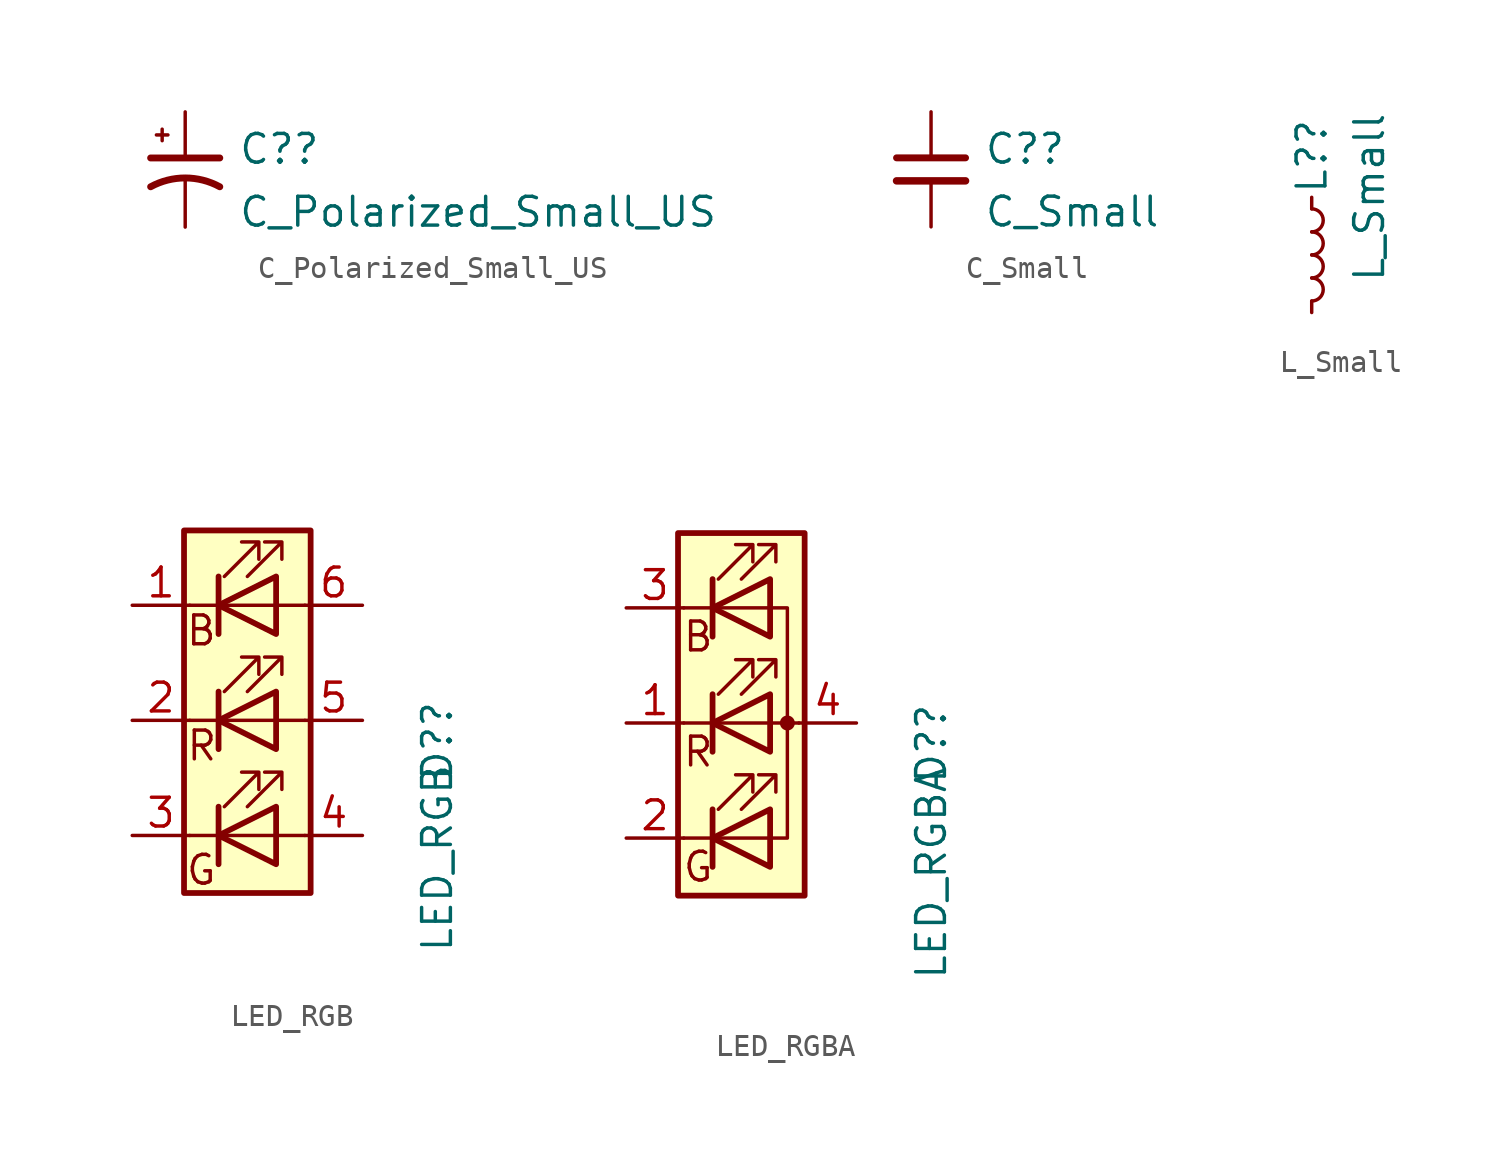
<source format=kicad_sym>
(kicad_symbol_lib
  (version 20211014)
  (generator kicad_symbol_editor)
  (symbol "C_Polarized_Small_US"
    (pin_numbers hide)
    (pin_names
      (offset 0.254) hide)
    (property "Reference" "C?"
      (at 2.324 0.902 0)
      (effects (font (size 1.27 1.27)) (justify left)))
    (property "Value" "C_Polarized_Small_US"
      (at 2.324 -1.873 0)
      (effects (font (size 1.27 1.27)) (justify left)))
    (symbol "C_Polarized_Small_US_0_1"
      (polyline (pts (xy -1.524 0.508) (xy 1.524 0.508)) (stroke (width 0.305) (type default) (color 0 0 0 0)) (fill (type none)))
      (polyline (pts (xy -1.27 1.524) (xy -0.762 1.524)) (stroke (width 0) (type default) (color 0 0 0 0)) (fill (type none)))
      (polyline (pts (xy -1.016 1.27) (xy -1.016 1.778)) (stroke (width 0) (type default) (color 0 0 0 0)) (fill (type none)))
      (arc (start 1.524 -0.762) (mid 0 -0.3734) (end -1.524 -0.762) (stroke (width 0.3048) (type default) (color 0 0 0 0)) (fill (type none))))
    (symbol "C_Polarized_Small_US_1_1"
      (pin passive line (at 0 2.54 270) (length 2.032) (name "~" (effects (font (size 1.27 1.27)))) (number "1" (effects (font (size 1.27 1.27)))))
      (pin passive line (at 0 -2.54 90) (length 2.032) (name "~" (effects (font (size 1.27 1.27)))) (number "2" (effects (font (size 1.27 1.27)))))))
  (symbol "C_Small"
    (pin_numbers hide)
    (pin_names
      (offset 0.254) hide)
    (property "Reference" "C?"
      (at 2.324 0.902 0)
      (effects (font (size 1.27 1.27)) (justify left)))
    (property "Value" "C_Small"
      (at 2.324 -1.873 0)
      (effects (font (size 1.27 1.27)) (justify left)))
    (symbol "C_Small_0_1"
      (polyline (pts (xy -1.524 -0.508) (xy 1.524 -0.508)) (stroke (width 0.33) (type default) (color 0 0 0 0)) (fill (type none)))
      (polyline (pts (xy -1.524 0.508) (xy 1.524 0.508)) (stroke (width 0.305) (type default) (color 0 0 0 0)) (fill (type none))))
    (symbol "C_Small_1_1"
      (pin passive line (at 0 2.54 270) (length 2.032) (name "~" (effects (font (size 1.27 1.27)))) (number "1" (effects (font (size 1.27 1.27)))))
      (pin passive line (at 0 -2.54 90) (length 2.032) (name "~" (effects (font (size 1.27 1.27)))) (number "2" (effects (font (size 1.27 1.27)))))))
  (symbol "L_Small"
    (pin_numbers hide)
    (pin_names
      (offset 0.254) hide)
    (property "Reference" "L?"
      (at 0 4.348 90)
      (effects (font (size 1.27 1.27))))
    (property "Value" "L_Small"
      (at 2.54 2.54 90)
      (effects (font (size 1.27 1.27))))
    (property "Digikey" ""
      (at 0 0 0)
      (effects (font (size 1.27 1.27))))
    (symbol "L_Small_0_1"
      (arc (start 0 -2.032) (mid 0.508 -1.524) (end 0 -1.016) (stroke (width 0) (type default) (color 0 0 0 0)) (fill (type none)))
      (arc (start 0 -1.016) (mid 0.508 -0.508) (end 0 0) (stroke (width 0) (type default) (color 0 0 0 0)) (fill (type none)))
      (arc (start 0 0) (mid 0.508 0.508) (end 0 1.016) (stroke (width 0) (type default) (color 0 0 0 0)) (fill (type none)))
      (arc (start 0 1.016) (mid 0.508 1.524) (end 0 2.032) (stroke (width 0) (type default) (color 0 0 0 0)) (fill (type none))))
    (symbol "L_Small_1_1"
      (pin passive line (at 0 2.54 270) (length 0.508) (name "~" (effects (font (size 1.27 1.27)))) (number "1" (effects (font (size 1.27 1.27)))))
      (pin passive line (at 0 -2.54 90) (length 0.508) (name "~" (effects (font (size 1.27 1.27)))) (number "2" (effects (font (size 1.27 1.27)))))))
  (symbol "LED_RGB"
    (pin_names
      (offset 0) hide)
    (property "Reference" "D?"
      (at 8.382 0.908 90)
      (effects (font (size 1.27 1.27)) (justify right)))
    (property "Value" "LED_RGB"
      (at 8.382 -1.867 90)
      (effects (font (size 1.27 1.27)) (justify right)))
    (symbol "LED_RGB_0_0"
      (text "B" (at -2.032 3.962 0) (effects (font (size 1.27 1.27))))
      (text "G" (at -2.032 -6.604 0) (effects (font (size 1.27 1.27))))
      (text "R" (at -2.007 -1.118 0) (effects (font (size 1.27 1.27)))))
    (symbol "LED_RGB_0_1"
      (polyline (pts (xy -1.27 -5.08) (xy -2.54 -5.08)) (stroke (width 0) (type default) (color 0 0 0 0)) (fill (type none)))
      (polyline (pts (xy -1.27 -5.08) (xy 1.27 -5.08)) (stroke (width 0) (type default) (color 0 0 0 0)) (fill (type none)))
      (polyline (pts (xy -1.27 -3.81) (xy -1.27 -6.35)) (stroke (width 0.254) (type default) (color 0 0 0 0)) (fill (type none)))
      (polyline (pts (xy -1.27 0) (xy -2.54 0)) (stroke (width 0) (type default) (color 0 0 0 0)) (fill (type none)))
      (polyline (pts (xy -1.27 1.27) (xy -1.27 -1.27)) (stroke (width 0.254) (type default) (color 0 0 0 0)) (fill (type none)))
      (polyline (pts (xy -1.27 5.08) (xy -2.54 5.08)) (stroke (width 0) (type default) (color 0 0 0 0)) (fill (type none)))
      (polyline (pts (xy -1.27 5.08) (xy 1.27 5.08)) (stroke (width 0) (type default) (color 0 0 0 0)) (fill (type none)))
      (polyline (pts (xy -1.27 6.35) (xy -1.27 3.81)) (stroke (width 0.254) (type default) (color 0 0 0 0)) (fill (type none)))
      (polyline (pts (xy 1.27 -5.08) (xy 2.54 -5.08)) (stroke (width 0) (type default) (color 0 0 0 0)) (fill (type none)))
      (polyline (pts (xy 1.27 0) (xy -1.27 0)) (stroke (width 0) (type default) (color 0 0 0 0)) (fill (type none)))
      (polyline (pts (xy 1.27 0) (xy 2.54 0)) (stroke (width 0) (type default) (color 0 0 0 0)) (fill (type none)))
      (polyline (pts (xy 1.27 5.08) (xy 2.54 5.08)) (stroke (width 0) (type default) (color 0 0 0 0)) (fill (type none)))
      (polyline (pts (xy -1.27 1.27) (xy -1.27 -1.27) (xy -1.27 -1.27)) (stroke (width 0) (type default) (color 0 0 0 0)) (fill (type none)))
      (polyline (pts (xy -1.27 6.35) (xy -1.27 3.81) (xy -1.27 3.81)) (stroke (width 0) (type default) (color 0 0 0 0)) (fill (type none)))
      (polyline (pts (xy 1.27 -3.81) (xy 1.27 -6.35) (xy -1.27 -5.08) (xy 1.27 -3.81)) (stroke (width 0.254) (type default) (color 0 0 0 0)) (fill (type none)))
      (polyline (pts (xy 1.27 1.27) (xy 1.27 -1.27) (xy -1.27 0) (xy 1.27 1.27)) (stroke (width 0.254) (type default) (color 0 0 0 0)) (fill (type none)))
      (polyline (pts (xy 1.27 6.35) (xy 1.27 3.81) (xy -1.27 5.08) (xy 1.27 6.35)) (stroke (width 0.254) (type default) (color 0 0 0 0)) (fill (type none)))
      (polyline (pts (xy -1.016 -3.81) (xy 0.508 -2.286) (xy -0.254 -2.286) (xy 0.508 -2.286) (xy 0.508 -3.048)) (stroke (width 0) (type default) (color 0 0 0 0)) (fill (type none)))
      (polyline (pts (xy -1.016 1.27) (xy 0.508 2.794) (xy -0.254 2.794) (xy 0.508 2.794) (xy 0.508 2.032)) (stroke (width 0) (type default) (color 0 0 0 0)) (fill (type none)))
      (polyline (pts (xy -1.016 6.35) (xy 0.508 7.874) (xy -0.254 7.874) (xy 0.508 7.874) (xy 0.508 7.112)) (stroke (width 0) (type default) (color 0 0 0 0)) (fill (type none)))
      (polyline (pts (xy 0 -3.81) (xy 1.524 -2.286) (xy 0.762 -2.286) (xy 1.524 -2.286) (xy 1.524 -3.048)) (stroke (width 0) (type default) (color 0 0 0 0)) (fill (type none)))
      (polyline (pts (xy 0 1.27) (xy 1.524 2.794) (xy 0.762 2.794) (xy 1.524 2.794) (xy 1.524 2.032)) (stroke (width 0) (type default) (color 0 0 0 0)) (fill (type none)))
      (polyline (pts (xy 0 6.35) (xy 1.524 7.874) (xy 0.762 7.874) (xy 1.524 7.874) (xy 1.524 7.112)) (stroke (width 0) (type default) (color 0 0 0 0)) (fill (type none)))
      (rectangle (start 1.27 -1.27) (end 1.27 1.27) (stroke (width 0) (type default) (color 0 0 0 0)) (fill (type none)))
      (rectangle (start 1.27 1.27) (end 1.27 1.27) (stroke (width 0) (type default) (color 0 0 0 0)) (fill (type none)))
      (rectangle (start 1.27 3.81) (end 1.27 6.35) (stroke (width 0) (type default) (color 0 0 0 0)) (fill (type none)))
      (rectangle (start 1.27 6.35) (end 1.27 6.35) (stroke (width 0) (type default) (color 0 0 0 0)) (fill (type none)))
      (rectangle (start 2.794 8.382) (end -2.794 -7.62) (stroke (width 0.254) (type default) (color 0 0 0 0)) (fill (type background))))
    (symbol "LED_RGB_1_1"
      (pin passive line (at -5.08 5.08 0) (length 2.54) (name "RK" (effects (font (size 1.27 1.27)))) (number "1" (effects (font (size 1.27 1.27)))))
      (pin passive line (at -5.08 0 0) (length 2.54) (name "GK" (effects (font (size 1.27 1.27)))) (number "2" (effects (font (size 1.27 1.27)))))
      (pin passive line (at -5.08 -5.08 0) (length 2.54) (name "BK" (effects (font (size 1.27 1.27)))) (number "3" (effects (font (size 1.27 1.27)))))
      (pin passive line (at 5.08 -5.08 180) (length 2.54) (name "BA" (effects (font (size 1.27 1.27)))) (number "4" (effects (font (size 1.27 1.27)))))
      (pin passive line (at 5.08 0 180) (length 2.54) (name "GA" (effects (font (size 1.27 1.27)))) (number "5" (effects (font (size 1.27 1.27)))))
      (pin passive line (at 5.08 5.08 180) (length 2.54) (name "RA" (effects (font (size 1.27 1.27)))) (number "6" (effects (font (size 1.27 1.27)))))))
  (symbol "LED_RGBA"
    (pin_names
      (offset 0) hide)
    (property "Reference" "D?"
      (at 8.382 0.908 90)
      (effects (font (size 1.27 1.27)) (justify right)))
    (property "Value" "LED_RGBA"
      (at 8.382 -1.867 90)
      (effects (font (size 1.27 1.27)) (justify right)))
    (symbol "LED_RGBA_0_0"
      (text "B" (at -1.905 3.81 0) (effects (font (size 1.27 1.27))))
      (text "G" (at -1.905 -6.35 0) (effects (font (size 1.27 1.27))))
      (text "R" (at -1.905 -1.27 0) (effects (font (size 1.27 1.27)))))
    (symbol "LED_RGBA_0_1"
      (polyline (pts (xy -1.27 -5.08) (xy -2.54 -5.08)) (stroke (width 0) (type default) (color 0 0 0 0)) (fill (type none)))
      (polyline (pts (xy -1.27 -5.08) (xy 1.27 -5.08)) (stroke (width 0) (type default) (color 0 0 0 0)) (fill (type none)))
      (polyline (pts (xy -1.27 -3.81) (xy -1.27 -6.35)) (stroke (width 0.254) (type default) (color 0 0 0 0)) (fill (type none)))
      (polyline (pts (xy -1.27 0) (xy -2.54 0)) (stroke (width 0) (type default) (color 0 0 0 0)) (fill (type none)))
      (polyline (pts (xy -1.27 1.27) (xy -1.27 -1.27)) (stroke (width 0.254) (type default) (color 0 0 0 0)) (fill (type none)))
      (polyline (pts (xy -1.27 5.08) (xy -2.54 5.08)) (stroke (width 0) (type default) (color 0 0 0 0)) (fill (type none)))
      (polyline (pts (xy -1.27 5.08) (xy 1.27 5.08)) (stroke (width 0) (type default) (color 0 0 0 0)) (fill (type none)))
      (polyline (pts (xy -1.27 6.35) (xy -1.27 3.81)) (stroke (width 0.254) (type default) (color 0 0 0 0)) (fill (type none)))
      (polyline (pts (xy 1.27 0) (xy -1.27 0)) (stroke (width 0) (type default) (color 0 0 0 0)) (fill (type none)))
      (polyline (pts (xy 1.27 0) (xy 2.54 0)) (stroke (width 0) (type default) (color 0 0 0 0)) (fill (type none)))
      (polyline (pts (xy -1.27 1.27) (xy -1.27 -1.27) (xy -1.27 -1.27)) (stroke (width 0) (type default) (color 0 0 0 0)) (fill (type none)))
      (polyline (pts (xy -1.27 6.35) (xy -1.27 3.81) (xy -1.27 3.81)) (stroke (width 0) (type default) (color 0 0 0 0)) (fill (type none)))
      (polyline (pts (xy 1.27 -5.08) (xy 2.032 -5.08) (xy 2.032 5.08) (xy 1.27 5.08)) (stroke (width 0) (type default) (color 0 0 0 0)) (fill (type none)))
      (polyline (pts (xy 1.27 -3.81) (xy 1.27 -6.35) (xy -1.27 -5.08) (xy 1.27 -3.81)) (stroke (width 0.254) (type default) (color 0 0 0 0)) (fill (type none)))
      (polyline (pts (xy 1.27 1.27) (xy 1.27 -1.27) (xy -1.27 0) (xy 1.27 1.27)) (stroke (width 0.254) (type default) (color 0 0 0 0)) (fill (type none)))
      (polyline (pts (xy 1.27 6.35) (xy 1.27 3.81) (xy -1.27 5.08) (xy 1.27 6.35)) (stroke (width 0.254) (type default) (color 0 0 0 0)) (fill (type none)))
      (polyline (pts (xy -1.016 -3.81) (xy 0.508 -2.286) (xy -0.254 -2.286) (xy 0.508 -2.286) (xy 0.508 -3.048)) (stroke (width 0) (type default) (color 0 0 0 0)) (fill (type none)))
      (polyline (pts (xy -1.016 1.27) (xy 0.508 2.794) (xy -0.254 2.794) (xy 0.508 2.794) (xy 0.508 2.032)) (stroke (width 0) (type default) (color 0 0 0 0)) (fill (type none)))
      (polyline (pts (xy -1.016 6.35) (xy 0.508 7.874) (xy -0.254 7.874) (xy 0.508 7.874) (xy 0.508 7.112)) (stroke (width 0) (type default) (color 0 0 0 0)) (fill (type none)))
      (polyline (pts (xy 0 -3.81) (xy 1.524 -2.286) (xy 0.762 -2.286) (xy 1.524 -2.286) (xy 1.524 -3.048)) (stroke (width 0) (type default) (color 0 0 0 0)) (fill (type none)))
      (polyline (pts (xy 0 1.27) (xy 1.524 2.794) (xy 0.762 2.794) (xy 1.524 2.794) (xy 1.524 2.032)) (stroke (width 0) (type default) (color 0 0 0 0)) (fill (type none)))
      (polyline (pts (xy 0 6.35) (xy 1.524 7.874) (xy 0.762 7.874) (xy 1.524 7.874) (xy 1.524 7.112)) (stroke (width 0) (type default) (color 0 0 0 0)) (fill (type none)))
      (rectangle (start 1.27 -1.27) (end 1.27 1.27) (stroke (width 0) (type default) (color 0 0 0 0)) (fill (type none)))
      (rectangle (start 1.27 1.27) (end 1.27 1.27) (stroke (width 0) (type default) (color 0 0 0 0)) (fill (type none)))
      (rectangle (start 1.27 3.81) (end 1.27 6.35) (stroke (width 0) (type default) (color 0 0 0 0)) (fill (type none)))
      (rectangle (start 1.27 6.35) (end 1.27 6.35) (stroke (width 0) (type default) (color 0 0 0 0)) (fill (type none)))
      (circle (center 2.032 0) (radius 0.254) (stroke (width 0) (type default) (color 0 0 0 0)) (fill (type outline)))
      (rectangle (start 2.794 8.382) (end -2.794 -7.62) (stroke (width 0.254) (type default) (color 0 0 0 0)) (fill (type background))))
    (symbol "LED_RGBA_1_1"
      (pin passive line (at -5.08 0 0) (length 2.54) (name "RK" (effects (font (size 1.27 1.27)))) (number "1" (effects (font (size 1.27 1.27)))))
      (pin passive line (at -5.08 -5.08 0) (length 2.54) (name "GK" (effects (font (size 1.27 1.27)))) (number "2" (effects (font (size 1.27 1.27)))))
      (pin passive line (at -5.08 5.08 0) (length 2.54) (name "BK" (effects (font (size 1.27 1.27)))) (number "3" (effects (font (size 1.27 1.27)))))
      (pin passive line (at 5.08 0 180) (length 2.54) (name "A" (effects (font (size 1.27 1.27)))) (number "4" (effects (font (size 1.27 1.27))))))))
</source>
